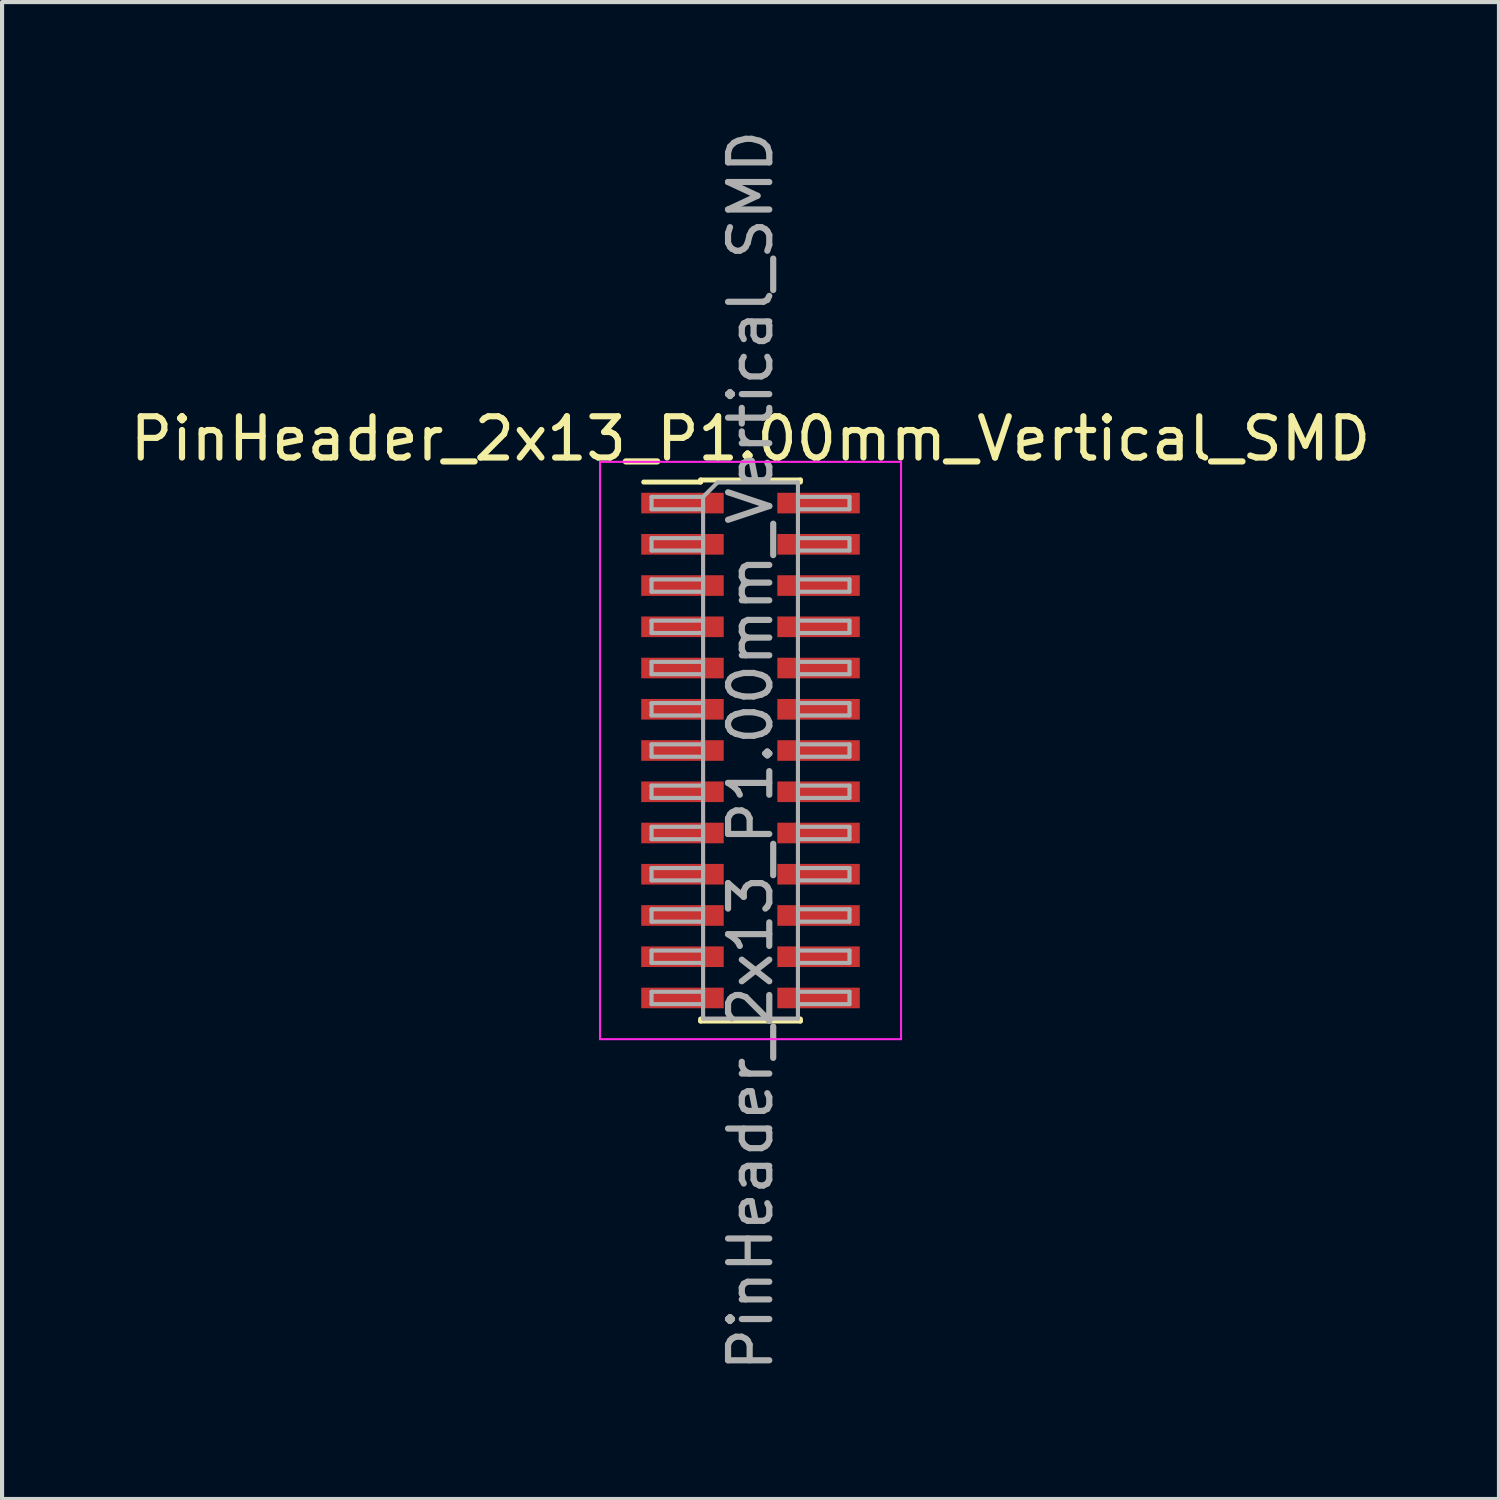
<source format=kicad_pcb>
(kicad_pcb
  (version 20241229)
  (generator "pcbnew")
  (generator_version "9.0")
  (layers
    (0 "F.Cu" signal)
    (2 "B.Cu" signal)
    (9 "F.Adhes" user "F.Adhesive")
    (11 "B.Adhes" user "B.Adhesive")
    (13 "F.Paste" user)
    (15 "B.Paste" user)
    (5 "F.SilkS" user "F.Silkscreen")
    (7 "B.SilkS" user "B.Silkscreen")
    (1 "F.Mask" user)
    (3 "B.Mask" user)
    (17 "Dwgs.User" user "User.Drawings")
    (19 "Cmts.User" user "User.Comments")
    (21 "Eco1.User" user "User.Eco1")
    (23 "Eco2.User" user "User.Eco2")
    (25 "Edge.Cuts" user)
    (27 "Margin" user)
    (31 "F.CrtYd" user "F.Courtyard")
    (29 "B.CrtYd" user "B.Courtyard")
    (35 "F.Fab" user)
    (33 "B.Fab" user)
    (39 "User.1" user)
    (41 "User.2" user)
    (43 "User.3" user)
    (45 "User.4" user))
  (footprint "PinHeader_2x13_P1.00mm_Vertical_SMD"
    (layer "F.Cu")
    (at 15.149 15.149)
    (property "Reference" "PinHeader_2x13_P1.00mm_Vertical_SMD" (at 0 -7.56 0) (layer "F.SilkS") (effects (font (size 1 1) (thickness 0.15))))
    (attr smd)
    (fp_line (start -2.59 -6.51) (end -1.21 -6.51) (stroke (width 0.12) (type solid)) (layer "F.SilkS"))
    (fp_line (start -1.21 -6.56) (end -1.21 -6.51) (stroke (width 0.12) (type solid)) (layer "F.SilkS"))
    (fp_line (start -1.21 -6.56) (end 1.21 -6.56) (stroke (width 0.12) (type solid)) (layer "F.SilkS"))
    (fp_line (start -1.21 6.51) (end -1.21 6.56) (stroke (width 0.12) (type solid)) (layer "F.SilkS"))
    (fp_line (start -1.21 6.56) (end 1.21 6.56) (stroke (width 0.12) (type solid)) (layer "F.SilkS"))
    (fp_line (start 1.21 -6.56) (end 1.21 -6.51) (stroke (width 0.12) (type solid)) (layer "F.SilkS"))
    (fp_line (start 1.21 6.51) (end 1.21 6.56) (stroke (width 0.12) (type solid)) (layer "F.SilkS"))
    (fp_line (start -3.65 -7) (end -3.65 7) (stroke (width 0.05) (type solid)) (layer "F.CrtYd"))
    (fp_line (start -3.65 7) (end 3.65 7) (stroke (width 0.05) (type solid)) (layer "F.CrtYd"))
    (fp_line (start 3.65 -7) (end -3.65 -7) (stroke (width 0.05) (type solid)) (layer "F.CrtYd"))
    (fp_line (start 3.65 7) (end 3.65 -7) (stroke (width 0.05) (type solid)) (layer "F.CrtYd"))
    (fp_line (start -2.4 -6.15) (end -2.4 -5.85) (stroke (width 0.1) (type solid)) (layer "F.Fab"))
    (fp_line (start -2.4 -5.85) (end -1.15 -5.85) (stroke (width 0.1) (type solid)) (layer "F.Fab"))
    (fp_line (start -2.4 -5.15) (end -2.4 -4.85) (stroke (width 0.1) (type solid)) (layer "F.Fab"))
    (fp_line (start -2.4 -4.85) (end -1.15 -4.85) (stroke (width 0.1) (type solid)) (layer "F.Fab"))
    (fp_line (start -2.4 -4.15) (end -2.4 -3.85) (stroke (width 0.1) (type solid)) (layer "F.Fab"))
    (fp_line (start -2.4 -3.85) (end -1.15 -3.85) (stroke (width 0.1) (type solid)) (layer "F.Fab"))
    (fp_line (start -2.4 -3.15) (end -2.4 -2.85) (stroke (width 0.1) (type solid)) (layer "F.Fab"))
    (fp_line (start -2.4 -2.85) (end -1.15 -2.85) (stroke (width 0.1) (type solid)) (layer "F.Fab"))
    (fp_line (start -2.4 -2.15) (end -2.4 -1.85) (stroke (width 0.1) (type solid)) (layer "F.Fab"))
    (fp_line (start -2.4 -1.85) (end -1.15 -1.85) (stroke (width 0.1) (type solid)) (layer "F.Fab"))
    (fp_line (start -2.4 -1.15) (end -2.4 -0.85) (stroke (width 0.1) (type solid)) (layer "F.Fab"))
    (fp_line (start -2.4 -0.85) (end -1.15 -0.85) (stroke (width 0.1) (type solid)) (layer "F.Fab"))
    (fp_line (start -2.4 -0.15) (end -2.4 0.15) (stroke (width 0.1) (type solid)) (layer "F.Fab"))
    (fp_line (start -2.4 0.15) (end -1.15 0.15) (stroke (width 0.1) (type solid)) (layer "F.Fab"))
    (fp_line (start -2.4 0.85) (end -2.4 1.15) (stroke (width 0.1) (type solid)) (layer "F.Fab"))
    (fp_line (start -2.4 1.15) (end -1.15 1.15) (stroke (width 0.1) (type solid)) (layer "F.Fab"))
    (fp_line (start -2.4 1.85) (end -2.4 2.15) (stroke (width 0.1) (type solid)) (layer "F.Fab"))
    (fp_line (start -2.4 2.15) (end -1.15 2.15) (stroke (width 0.1) (type solid)) (layer "F.Fab"))
    (fp_line (start -2.4 2.85) (end -2.4 3.15) (stroke (width 0.1) (type solid)) (layer "F.Fab"))
    (fp_line (start -2.4 3.15) (end -1.15 3.15) (stroke (width 0.1) (type solid)) (layer "F.Fab"))
    (fp_line (start -2.4 3.85) (end -2.4 4.15) (stroke (width 0.1) (type solid)) (layer "F.Fab"))
    (fp_line (start -2.4 4.15) (end -1.15 4.15) (stroke (width 0.1) (type solid)) (layer "F.Fab"))
    (fp_line (start -2.4 4.85) (end -2.4 5.15) (stroke (width 0.1) (type solid)) (layer "F.Fab"))
    (fp_line (start -2.4 5.15) (end -1.15 5.15) (stroke (width 0.1) (type solid)) (layer "F.Fab"))
    (fp_line (start -2.4 5.85) (end -2.4 6.15) (stroke (width 0.1) (type solid)) (layer "F.Fab"))
    (fp_line (start -2.4 6.15) (end -1.15 6.15) (stroke (width 0.1) (type solid)) (layer "F.Fab"))
    (fp_line (start -1.15 -6.15) (end -2.4 -6.15) (stroke (width 0.1) (type solid)) (layer "F.Fab"))
    (fp_line (start -1.15 -6.15) (end -0.8 -6.5) (stroke (width 0.1) (type solid)) (layer "F.Fab"))
    (fp_line (start -1.15 -5.15) (end -2.4 -5.15) (stroke (width 0.1) (type solid)) (layer "F.Fab"))
    (fp_line (start -1.15 -4.15) (end -2.4 -4.15) (stroke (width 0.1) (type solid)) (layer "F.Fab"))
    (fp_line (start -1.15 -3.15) (end -2.4 -3.15) (stroke (width 0.1) (type solid)) (layer "F.Fab"))
    (fp_line (start -1.15 -2.15) (end -2.4 -2.15) (stroke (width 0.1) (type solid)) (layer "F.Fab"))
    (fp_line (start -1.15 -1.15) (end -2.4 -1.15) (stroke (width 0.1) (type solid)) (layer "F.Fab"))
    (fp_line (start -1.15 -0.15) (end -2.4 -0.15) (stroke (width 0.1) (type solid)) (layer "F.Fab"))
    (fp_line (start -1.15 0.85) (end -2.4 0.85) (stroke (width 0.1) (type solid)) (layer "F.Fab"))
    (fp_line (start -1.15 1.85) (end -2.4 1.85) (stroke (width 0.1) (type solid)) (layer "F.Fab"))
    (fp_line (start -1.15 2.85) (end -2.4 2.85) (stroke (width 0.1) (type solid)) (layer "F.Fab"))
    (fp_line (start -1.15 3.85) (end -2.4 3.85) (stroke (width 0.1) (type solid)) (layer "F.Fab"))
    (fp_line (start -1.15 4.85) (end -2.4 4.85) (stroke (width 0.1) (type solid)) (layer "F.Fab"))
    (fp_line (start -1.15 5.85) (end -2.4 5.85) (stroke (width 0.1) (type solid)) (layer "F.Fab"))
    (fp_line (start -1.15 6.5) (end -1.15 -6.15) (stroke (width 0.1) (type solid)) (layer "F.Fab"))
    (fp_line (start -0.8 -6.5) (end 1.15 -6.5) (stroke (width 0.1) (type solid)) (layer "F.Fab"))
    (fp_line (start 1.15 -6.5) (end 1.15 6.5) (stroke (width 0.1) (type solid)) (layer "F.Fab"))
    (fp_line (start 1.15 -6.15) (end 2.4 -6.15) (stroke (width 0.1) (type solid)) (layer "F.Fab"))
    (fp_line (start 1.15 -5.15) (end 2.4 -5.15) (stroke (width 0.1) (type solid)) (layer "F.Fab"))
    (fp_line (start 1.15 -4.15) (end 2.4 -4.15) (stroke (width 0.1) (type solid)) (layer "F.Fab"))
    (fp_line (start 1.15 -3.15) (end 2.4 -3.15) (stroke (width 0.1) (type solid)) (layer "F.Fab"))
    (fp_line (start 1.15 -2.15) (end 2.4 -2.15) (stroke (width 0.1) (type solid)) (layer "F.Fab"))
    (fp_line (start 1.15 -1.15) (end 2.4 -1.15) (stroke (width 0.1) (type solid)) (layer "F.Fab"))
    (fp_line (start 1.15 -0.15) (end 2.4 -0.15) (stroke (width 0.1) (type solid)) (layer "F.Fab"))
    (fp_line (start 1.15 0.85) (end 2.4 0.85) (stroke (width 0.1) (type solid)) (layer "F.Fab"))
    (fp_line (start 1.15 1.85) (end 2.4 1.85) (stroke (width 0.1) (type solid)) (layer "F.Fab"))
    (fp_line (start 1.15 2.85) (end 2.4 2.85) (stroke (width 0.1) (type solid)) (layer "F.Fab"))
    (fp_line (start 1.15 3.85) (end 2.4 3.85) (stroke (width 0.1) (type solid)) (layer "F.Fab"))
    (fp_line (start 1.15 4.85) (end 2.4 4.85) (stroke (width 0.1) (type solid)) (layer "F.Fab"))
    (fp_line (start 1.15 5.85) (end 2.4 5.85) (stroke (width 0.1) (type solid)) (layer "F.Fab"))
    (fp_line (start 1.15 6.5) (end -1.15 6.5) (stroke (width 0.1) (type solid)) (layer "F.Fab"))
    (fp_line (start 2.4 -6.15) (end 2.4 -5.85) (stroke (width 0.1) (type solid)) (layer "F.Fab"))
    (fp_line (start 2.4 -5.85) (end 1.15 -5.85) (stroke (width 0.1) (type solid)) (layer "F.Fab"))
    (fp_line (start 2.4 -5.15) (end 2.4 -4.85) (stroke (width 0.1) (type solid)) (layer "F.Fab"))
    (fp_line (start 2.4 -4.85) (end 1.15 -4.85) (stroke (width 0.1) (type solid)) (layer "F.Fab"))
    (fp_line (start 2.4 -4.15) (end 2.4 -3.85) (stroke (width 0.1) (type solid)) (layer "F.Fab"))
    (fp_line (start 2.4 -3.85) (end 1.15 -3.85) (stroke (width 0.1) (type solid)) (layer "F.Fab"))
    (fp_line (start 2.4 -3.15) (end 2.4 -2.85) (stroke (width 0.1) (type solid)) (layer "F.Fab"))
    (fp_line (start 2.4 -2.85) (end 1.15 -2.85) (stroke (width 0.1) (type solid)) (layer "F.Fab"))
    (fp_line (start 2.4 -2.15) (end 2.4 -1.85) (stroke (width 0.1) (type solid)) (layer "F.Fab"))
    (fp_line (start 2.4 -1.85) (end 1.15 -1.85) (stroke (width 0.1) (type solid)) (layer "F.Fab"))
    (fp_line (start 2.4 -1.15) (end 2.4 -0.85) (stroke (width 0.1) (type solid)) (layer "F.Fab"))
    (fp_line (start 2.4 -0.85) (end 1.15 -0.85) (stroke (width 0.1) (type solid)) (layer "F.Fab"))
    (fp_line (start 2.4 -0.15) (end 2.4 0.15) (stroke (width 0.1) (type solid)) (layer "F.Fab"))
    (fp_line (start 2.4 0.15) (end 1.15 0.15) (stroke (width 0.1) (type solid)) (layer "F.Fab"))
    (fp_line (start 2.4 0.85) (end 2.4 1.15) (stroke (width 0.1) (type solid)) (layer "F.Fab"))
    (fp_line (start 2.4 1.15) (end 1.15 1.15) (stroke (width 0.1) (type solid)) (layer "F.Fab"))
    (fp_line (start 2.4 1.85) (end 2.4 2.15) (stroke (width 0.1) (type solid)) (layer "F.Fab"))
    (fp_line (start 2.4 2.15) (end 1.15 2.15) (stroke (width 0.1) (type solid)) (layer "F.Fab"))
    (fp_line (start 2.4 2.85) (end 2.4 3.15) (stroke (width 0.1) (type solid)) (layer "F.Fab"))
    (fp_line (start 2.4 3.15) (end 1.15 3.15) (stroke (width 0.1) (type solid)) (layer "F.Fab"))
    (fp_line (start 2.4 3.85) (end 2.4 4.15) (stroke (width 0.1) (type solid)) (layer "F.Fab"))
    (fp_line (start 2.4 4.15) (end 1.15 4.15) (stroke (width 0.1) (type solid)) (layer "F.Fab"))
    (fp_line (start 2.4 4.85) (end 2.4 5.15) (stroke (width 0.1) (type solid)) (layer "F.Fab"))
    (fp_line (start 2.4 5.15) (end 1.15 5.15) (stroke (width 0.1) (type solid)) (layer "F.Fab"))
    (fp_line (start 2.4 5.85) (end 2.4 6.15) (stroke (width 0.1) (type solid)) (layer "F.Fab"))
    (fp_line (start 2.4 6.15) (end 1.15 6.15) (stroke (width 0.1) (type solid)) (layer "F.Fab"))
    (fp_text user "${REFERENCE}" (at 0 0 90) (layer "F.Fab") (effects (font (size 1 1) (thickness 0.15))))
    (pad "1" smd rect (at -1.65 -6) (size 2 0.5) (layers "F.Cu" "F.Mask" "F.Paste"))
    (pad "2" smd rect (at 1.65 -6) (size 2 0.5) (layers "F.Cu" "F.Mask" "F.Paste"))
    (pad "3" smd rect (at -1.65 -5) (size 2 0.5) (layers "F.Cu" "F.Mask" "F.Paste"))
    (pad "4" smd rect (at 1.65 -5) (size 2 0.5) (layers "F.Cu" "F.Mask" "F.Paste"))
    (pad "5" smd rect (at -1.65 -4) (size 2 0.5) (layers "F.Cu" "F.Mask" "F.Paste"))
    (pad "6" smd rect (at 1.65 -4) (size 2 0.5) (layers "F.Cu" "F.Mask" "F.Paste"))
    (pad "7" smd rect (at -1.65 -3) (size 2 0.5) (layers "F.Cu" "F.Mask" "F.Paste"))
    (pad "8" smd rect (at 1.65 -3) (size 2 0.5) (layers "F.Cu" "F.Mask" "F.Paste"))
    (pad "9" smd rect (at -1.65 -2) (size 2 0.5) (layers "F.Cu" "F.Mask" "F.Paste"))
    (pad "10" smd rect (at 1.65 -2) (size 2 0.5) (layers "F.Cu" "F.Mask" "F.Paste"))
    (pad "11" smd rect (at -1.65 -1) (size 2 0.5) (layers "F.Cu" "F.Mask" "F.Paste"))
    (pad "12" smd rect (at 1.65 -1) (size 2 0.5) (layers "F.Cu" "F.Mask" "F.Paste"))
    (pad "13" smd rect (at -1.65 0) (size 2 0.5) (layers "F.Cu" "F.Mask" "F.Paste"))
    (pad "14" smd rect (at 1.65 0) (size 2 0.5) (layers "F.Cu" "F.Mask" "F.Paste"))
    (pad "15" smd rect (at -1.65 1) (size 2 0.5) (layers "F.Cu" "F.Mask" "F.Paste"))
    (pad "16" smd rect (at 1.65 1) (size 2 0.5) (layers "F.Cu" "F.Mask" "F.Paste"))
    (pad "17" smd rect (at -1.65 2) (size 2 0.5) (layers "F.Cu" "F.Mask" "F.Paste"))
    (pad "18" smd rect (at 1.65 2) (size 2 0.5) (layers "F.Cu" "F.Mask" "F.Paste"))
    (pad "19" smd rect (at -1.65 3) (size 2 0.5) (layers "F.Cu" "F.Mask" "F.Paste"))
    (pad "20" smd rect (at 1.65 3) (size 2 0.5) (layers "F.Cu" "F.Mask" "F.Paste"))
    (pad "21" smd rect (at -1.65 4) (size 2 0.5) (layers "F.Cu" "F.Mask" "F.Paste"))
    (pad "22" smd rect (at 1.65 4) (size 2 0.5) (layers "F.Cu" "F.Mask" "F.Paste"))
    (pad "23" smd rect (at -1.65 5) (size 2 0.5) (layers "F.Cu" "F.Mask" "F.Paste"))
    (pad "24" smd rect (at 1.65 5) (size 2 0.5) (layers "F.Cu" "F.Mask" "F.Paste"))
    (pad "25" smd rect (at -1.65 6) (size 2 0.5) (layers "F.Cu" "F.Mask" "F.Paste"))
    (pad "26" smd rect (at 1.65 6) (size 2 0.5) (layers "F.Cu" "F.Mask" "F.Paste")))
  (gr_rect
    (start -3 -3)
    (end 33.298 33.298)
    (stroke (width 0.1) (type default))
    (fill no)
    (layer "Edge.Cuts")))
</source>
